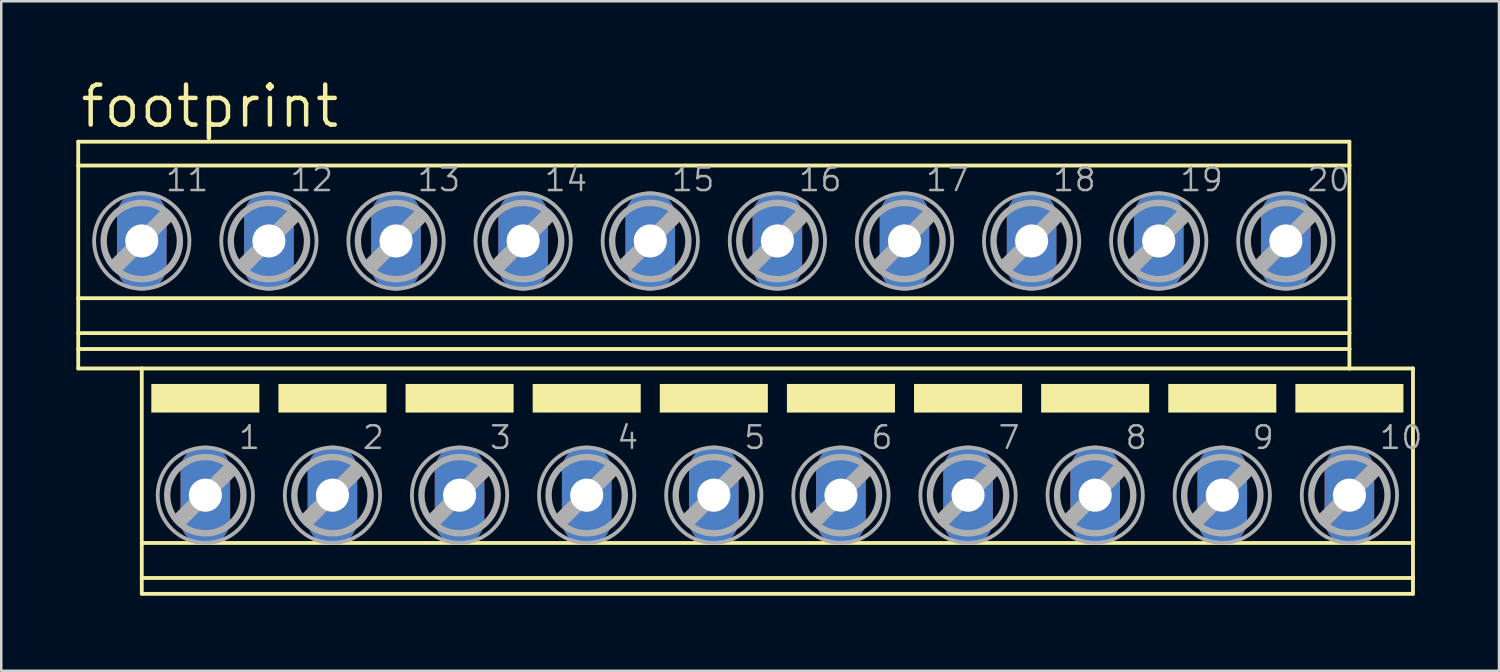
<source format=kicad_pcb>
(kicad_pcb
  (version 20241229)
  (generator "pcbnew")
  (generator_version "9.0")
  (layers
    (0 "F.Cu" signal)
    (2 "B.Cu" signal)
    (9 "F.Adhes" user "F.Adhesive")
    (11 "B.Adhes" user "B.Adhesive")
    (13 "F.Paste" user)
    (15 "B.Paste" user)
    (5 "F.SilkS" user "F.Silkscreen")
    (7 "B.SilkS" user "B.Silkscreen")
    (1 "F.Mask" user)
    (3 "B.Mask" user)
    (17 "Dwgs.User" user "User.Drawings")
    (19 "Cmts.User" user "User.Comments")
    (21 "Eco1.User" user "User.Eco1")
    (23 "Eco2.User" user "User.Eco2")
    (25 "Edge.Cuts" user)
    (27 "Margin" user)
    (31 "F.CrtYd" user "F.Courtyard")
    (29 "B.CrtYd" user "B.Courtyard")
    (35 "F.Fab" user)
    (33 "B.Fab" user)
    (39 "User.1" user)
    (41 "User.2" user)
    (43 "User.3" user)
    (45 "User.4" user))
  (footprint "footprint"
    (layer "F.Cu")
    (at 26.746 11.659)
    (property "Reference" "footprint" (at -26.67 -9.525 0) (layer "F.SilkS") (effects (font (size 1.6 1.6) (thickness 0.178)) (justify left bottom)))
    (fp_line (start -26.67 -9.047) (end -26.67 -8.094) (stroke (width 0.152) (type solid)) (layer "F.SilkS"))
    (fp_line (start -26.67 -9.047) (end 24.13 -9.047) (stroke (width 0.152) (type solid)) (layer "F.SilkS"))
    (fp_line (start -26.67 -8.094) (end -26.67 -2.794) (stroke (width 0.152) (type solid)) (layer "F.SilkS"))
    (fp_line (start -26.67 -8.094) (end 24.13 -8.094) (stroke (width 0.152) (type solid)) (layer "F.SilkS"))
    (fp_line (start -26.67 -2.794) (end -26.67 -1.397) (stroke (width 0.152) (type solid)) (layer "F.SilkS"))
    (fp_line (start -26.67 -2.794) (end 24.13 -2.794) (stroke (width 0.152) (type solid)) (layer "F.SilkS"))
    (fp_line (start -26.67 -1.397) (end -26.67 -0.762) (stroke (width 0.152) (type solid)) (layer "F.SilkS"))
    (fp_line (start -26.67 -1.397) (end 24.13 -1.397) (stroke (width 0.152) (type solid)) (layer "F.SilkS"))
    (fp_line (start -26.67 -0.762) (end -26.67 0.016) (stroke (width 0.152) (type solid)) (layer "F.SilkS"))
    (fp_line (start -26.67 -0.762) (end 24.13 -0.762) (stroke (width 0.152) (type solid)) (layer "F.SilkS"))
    (fp_line (start -26.67 0.016) (end -24.13 0.016) (stroke (width 0.152) (type solid)) (layer "F.SilkS"))
    (fp_line (start -24.13 0.016) (end -24.13 6.99) (stroke (width 0.152) (type solid)) (layer "F.SilkS"))
    (fp_line (start -24.13 0.016) (end 24.13 0.016) (stroke (width 0.152) (type solid)) (layer "F.SilkS"))
    (fp_line (start -24.13 6.99) (end -24.13 8.387) (stroke (width 0.152) (type solid)) (layer "F.SilkS"))
    (fp_line (start -24.13 6.99) (end 26.67 6.99) (stroke (width 0.152) (type solid)) (layer "F.SilkS"))
    (fp_line (start -24.13 8.387) (end -24.13 9.022) (stroke (width 0.152) (type solid)) (layer "F.SilkS"))
    (fp_line (start -24.13 8.387) (end 26.67 8.387) (stroke (width 0.152) (type solid)) (layer "F.SilkS"))
    (fp_line (start -24.13 9.022) (end 26.67 9.022) (stroke (width 0.152) (type solid)) (layer "F.SilkS"))
    (fp_line (start 24.13 -9.047) (end 24.13 -8.094) (stroke (width 0.152) (type solid)) (layer "F.SilkS"))
    (fp_line (start 24.13 -8.094) (end 24.13 -2.794) (stroke (width 0.152) (type solid)) (layer "F.SilkS"))
    (fp_line (start 24.13 -2.794) (end 24.13 -1.397) (stroke (width 0.152) (type solid)) (layer "F.SilkS"))
    (fp_line (start 24.13 -1.397) (end 24.13 -0.762) (stroke (width 0.152) (type solid)) (layer "F.SilkS"))
    (fp_line (start 24.13 -0.762) (end 24.13 0.016) (stroke (width 0.152) (type solid)) (layer "F.SilkS"))
    (fp_line (start 26.67 0.016) (end 24.13 0.016) (stroke (width 0.152) (type solid)) (layer "F.SilkS"))
    (fp_line (start 26.67 0.016) (end 26.67 6.99) (stroke (width 0.152) (type solid)) (layer "F.SilkS"))
    (fp_line (start 26.67 6.99) (end 26.67 8.387) (stroke (width 0.152) (type solid)) (layer "F.SilkS"))
    (fp_line (start 26.67 8.387) (end 26.67 9.022) (stroke (width 0.152) (type solid)) (layer "F.SilkS"))
    (fp_poly (pts (xy -23.749 1.778) (xy -19.431 1.778) (xy -19.431 0.635) (xy -23.749 0.635)) (stroke (width 0) (type solid)) (fill yes) (layer "F.SilkS"))
    (fp_poly (pts (xy -18.669 1.778) (xy -14.351 1.778) (xy -14.351 0.635) (xy -18.669 0.635)) (stroke (width 0) (type solid)) (fill yes) (layer "F.SilkS"))
    (fp_poly (pts (xy -13.589 1.778) (xy -9.271 1.778) (xy -9.271 0.635) (xy -13.589 0.635)) (stroke (width 0) (type solid)) (fill yes) (layer "F.SilkS"))
    (fp_poly (pts (xy -8.509 1.778) (xy -4.191 1.778) (xy -4.191 0.635) (xy -8.509 0.635)) (stroke (width 0) (type solid)) (fill yes) (layer "F.SilkS"))
    (fp_poly (pts (xy -3.429 1.778) (xy 0.889 1.778) (xy 0.889 0.635) (xy -3.429 0.635)) (stroke (width 0) (type solid)) (fill yes) (layer "F.SilkS"))
    (fp_poly (pts (xy 1.651 1.778) (xy 5.969 1.778) (xy 5.969 0.635) (xy 1.651 0.635)) (stroke (width 0) (type solid)) (fill yes) (layer "F.SilkS"))
    (fp_poly (pts (xy 6.731 1.778) (xy 11.049 1.778) (xy 11.049 0.635) (xy 6.731 0.635)) (stroke (width 0) (type solid)) (fill yes) (layer "F.SilkS"))
    (fp_poly (pts (xy 11.811 1.778) (xy 16.129 1.778) (xy 16.129 0.635) (xy 11.811 0.635)) (stroke (width 0) (type solid)) (fill yes) (layer "F.SilkS"))
    (fp_poly (pts (xy 16.891 1.778) (xy 21.209 1.778) (xy 21.209 0.635) (xy 16.891 0.635)) (stroke (width 0) (type solid)) (fill yes) (layer "F.SilkS"))
    (fp_poly (pts (xy 21.971 1.778) (xy 26.289 1.778) (xy 26.289 0.635) (xy 21.971 0.635)) (stroke (width 0) (type solid)) (fill yes) (layer "F.SilkS"))
    (fp_line (start -25.07 -4.163) (end -23.216 -6.017) (stroke (width 0.61) (type solid)) (layer "F.Fab"))
    (fp_line (start -22.53 5.994) (end -20.676 4.14) (stroke (width 0.61) (type solid)) (layer "F.Fab"))
    (fp_line (start -19.99 -4.163) (end -18.136 -6.017) (stroke (width 0.61) (type solid)) (layer "F.Fab"))
    (fp_line (start -17.45 5.994) (end -15.596 4.14) (stroke (width 0.61) (type solid)) (layer "F.Fab"))
    (fp_line (start -14.91 -4.163) (end -13.056 -6.017) (stroke (width 0.61) (type solid)) (layer "F.Fab"))
    (fp_line (start -12.37 5.994) (end -10.516 4.14) (stroke (width 0.61) (type solid)) (layer "F.Fab"))
    (fp_line (start -9.83 -4.163) (end -7.976 -6.017) (stroke (width 0.61) (type solid)) (layer "F.Fab"))
    (fp_line (start -7.29 5.994) (end -5.436 4.14) (stroke (width 0.61) (type solid)) (layer "F.Fab"))
    (fp_line (start -4.75 -4.163) (end -2.896 -6.017) (stroke (width 0.61) (type solid)) (layer "F.Fab"))
    (fp_line (start -2.21 5.994) (end -0.356 4.14) (stroke (width 0.61) (type solid)) (layer "F.Fab"))
    (fp_line (start 0.33 -4.163) (end 2.184 -6.017) (stroke (width 0.61) (type solid)) (layer "F.Fab"))
    (fp_line (start 2.87 5.994) (end 4.724 4.14) (stroke (width 0.61) (type solid)) (layer "F.Fab"))
    (fp_line (start 5.41 -4.163) (end 7.264 -6.017) (stroke (width 0.61) (type solid)) (layer "F.Fab"))
    (fp_line (start 7.95 5.994) (end 9.804 4.14) (stroke (width 0.61) (type solid)) (layer "F.Fab"))
    (fp_line (start 10.49 -4.163) (end 12.344 -6.017) (stroke (width 0.61) (type solid)) (layer "F.Fab"))
    (fp_line (start 13.03 5.994) (end 14.884 4.14) (stroke (width 0.61) (type solid)) (layer "F.Fab"))
    (fp_line (start 15.57 -4.163) (end 17.424 -6.017) (stroke (width 0.61) (type solid)) (layer "F.Fab"))
    (fp_line (start 18.11 5.994) (end 19.964 4.14) (stroke (width 0.61) (type solid)) (layer "F.Fab"))
    (fp_line (start 20.65 -4.163) (end 22.504 -6.017) (stroke (width 0.61) (type solid)) (layer "F.Fab"))
    (fp_line (start 23.19 5.994) (end 25.044 4.14) (stroke (width 0.61) (type solid)) (layer "F.Fab"))
    (fp_circle (center -24.13 -5.077) (end -22.606 -5.077) (stroke (width 0.254) (type solid)) (fill no) (layer "F.Fab"))
    (fp_circle (center -24.13 -5.077) (end -22.225 -5.077) (stroke (width 0.152) (type solid)) (fill no) (layer "F.Fab"))
    (fp_circle (center -21.59 5.08) (end -20.066 5.08) (stroke (width 0.254) (type solid)) (fill no) (layer "F.Fab"))
    (fp_circle (center -21.59 5.08) (end -19.685 5.08) (stroke (width 0.152) (type solid)) (fill no) (layer "F.Fab"))
    (fp_circle (center -19.05 -5.077) (end -17.526 -5.077) (stroke (width 0.254) (type solid)) (fill no) (layer "F.Fab"))
    (fp_circle (center -19.05 -5.077) (end -17.145 -5.077) (stroke (width 0.152) (type solid)) (fill no) (layer "F.Fab"))
    (fp_circle (center -16.51 5.08) (end -14.986 5.08) (stroke (width 0.254) (type solid)) (fill no) (layer "F.Fab"))
    (fp_circle (center -16.51 5.08) (end -14.605 5.08) (stroke (width 0.152) (type solid)) (fill no) (layer "F.Fab"))
    (fp_circle (center -13.97 -5.077) (end -12.446 -5.077) (stroke (width 0.254) (type solid)) (fill no) (layer "F.Fab"))
    (fp_circle (center -13.97 -5.077) (end -12.065 -5.077) (stroke (width 0.152) (type solid)) (fill no) (layer "F.Fab"))
    (fp_circle (center -11.43 5.08) (end -9.906 5.08) (stroke (width 0.254) (type solid)) (fill no) (layer "F.Fab"))
    (fp_circle (center -11.43 5.08) (end -9.525 5.08) (stroke (width 0.152) (type solid)) (fill no) (layer "F.Fab"))
    (fp_circle (center -8.89 -5.077) (end -7.366 -5.077) (stroke (width 0.254) (type solid)) (fill no) (layer "F.Fab"))
    (fp_circle (center -8.89 -5.077) (end -6.985 -5.077) (stroke (width 0.152) (type solid)) (fill no) (layer "F.Fab"))
    (fp_circle (center -6.35 5.08) (end -4.826 5.08) (stroke (width 0.254) (type solid)) (fill no) (layer "F.Fab"))
    (fp_circle (center -6.35 5.08) (end -4.445 5.08) (stroke (width 0.152) (type solid)) (fill no) (layer "F.Fab"))
    (fp_circle (center -3.81 -5.077) (end -2.286 -5.077) (stroke (width 0.254) (type solid)) (fill no) (layer "F.Fab"))
    (fp_circle (center -3.81 -5.077) (end -1.905 -5.077) (stroke (width 0.152) (type solid)) (fill no) (layer "F.Fab"))
    (fp_circle (center -1.27 5.08) (end 0.254 5.08) (stroke (width 0.254) (type solid)) (fill no) (layer "F.Fab"))
    (fp_circle (center -1.27 5.08) (end 0.635 5.08) (stroke (width 0.152) (type solid)) (fill no) (layer "F.Fab"))
    (fp_circle (center 1.27 -5.077) (end 2.794 -5.077) (stroke (width 0.254) (type solid)) (fill no) (layer "F.Fab"))
    (fp_circle (center 1.27 -5.077) (end 3.175 -5.077) (stroke (width 0.152) (type solid)) (fill no) (layer "F.Fab"))
    (fp_circle (center 3.81 5.08) (end 5.334 5.08) (stroke (width 0.254) (type solid)) (fill no) (layer "F.Fab"))
    (fp_circle (center 3.81 5.08) (end 5.715 5.08) (stroke (width 0.152) (type solid)) (fill no) (layer "F.Fab"))
    (fp_circle (center 6.35 -5.077) (end 7.874 -5.077) (stroke (width 0.254) (type solid)) (fill no) (layer "F.Fab"))
    (fp_circle (center 6.35 -5.077) (end 8.255 -5.077) (stroke (width 0.152) (type solid)) (fill no) (layer "F.Fab"))
    (fp_circle (center 8.89 5.08) (end 10.414 5.08) (stroke (width 0.254) (type solid)) (fill no) (layer "F.Fab"))
    (fp_circle (center 8.89 5.08) (end 10.795 5.08) (stroke (width 0.152) (type solid)) (fill no) (layer "F.Fab"))
    (fp_circle (center 11.43 -5.077) (end 12.954 -5.077) (stroke (width 0.254) (type solid)) (fill no) (layer "F.Fab"))
    (fp_circle (center 11.43 -5.077) (end 13.335 -5.077) (stroke (width 0.152) (type solid)) (fill no) (layer "F.Fab"))
    (fp_circle (center 13.97 5.08) (end 15.494 5.08) (stroke (width 0.254) (type solid)) (fill no) (layer "F.Fab"))
    (fp_circle (center 13.97 5.08) (end 15.875 5.08) (stroke (width 0.152) (type solid)) (fill no) (layer "F.Fab"))
    (fp_circle (center 16.51 -5.077) (end 18.034 -5.077) (stroke (width 0.254) (type solid)) (fill no) (layer "F.Fab"))
    (fp_circle (center 16.51 -5.077) (end 18.415 -5.077) (stroke (width 0.152) (type solid)) (fill no) (layer "F.Fab"))
    (fp_circle (center 19.05 5.08) (end 20.574 5.08) (stroke (width 0.254) (type solid)) (fill no) (layer "F.Fab"))
    (fp_circle (center 19.05 5.08) (end 20.955 5.08) (stroke (width 0.152) (type solid)) (fill no) (layer "F.Fab"))
    (fp_circle (center 21.59 -5.077) (end 23.114 -5.077) (stroke (width 0.254) (type solid)) (fill no) (layer "F.Fab"))
    (fp_circle (center 21.59 -5.077) (end 23.495 -5.077) (stroke (width 0.152) (type solid)) (fill no) (layer "F.Fab"))
    (fp_circle (center 24.13 5.08) (end 25.654 5.08) (stroke (width 0.254) (type solid)) (fill no) (layer "F.Fab"))
    (fp_circle (center 24.13 5.08) (end 26.035 5.08) (stroke (width 0.152) (type solid)) (fill no) (layer "F.Fab"))
    (fp_text user "8" (at 15.113 3.302 0) (layer "F.Fab") (effects (font (size 0.9 0.9) (thickness 0.1)) (justify left bottom)))
    (fp_text user "9" (at 20.193 3.302 0) (layer "F.Fab") (effects (font (size 0.9 0.9) (thickness 0.1)) (justify left bottom)))
    (fp_text user "1" (at -20.32 3.302 0) (layer "F.Fab") (effects (font (size 0.9 0.9) (thickness 0.1)) (justify left bottom)))
    (fp_text user "11" (at -23.241 -7.001 0) (layer "F.Fab") (effects (font (size 0.9 0.9) (thickness 0.1)) (justify left bottom)))
    (fp_text user "14" (at -8.101 -7.001 0) (layer "F.Fab") (effects (font (size 0.9 0.9) (thickness 0.1)) (justify left bottom)))
    (fp_text user "4" (at -5.207 3.302 0) (layer "F.Fab") (effects (font (size 0.9 0.9) (thickness 0.1)) (justify left bottom)))
    (fp_text user "17" (at 7.139 -7.001 0) (layer "F.Fab") (effects (font (size 0.9 0.9) (thickness 0.1)) (justify left bottom)))
    (fp_text user "12" (at -18.261 -7.001 0) (layer "F.Fab") (effects (font (size 0.9 0.9) (thickness 0.1)) (justify left bottom)))
    (fp_text user "19" (at 17.299 -7.001 0) (layer "F.Fab") (effects (font (size 0.9 0.9) (thickness 0.1)) (justify left bottom)))
    (fp_text user "13" (at -13.181 -7.001 0) (layer "F.Fab") (effects (font (size 0.9 0.9) (thickness 0.1)) (justify left bottom)))
    (fp_text user "16" (at 2.059 -7.001 0) (layer "F.Fab") (effects (font (size 0.9 0.9) (thickness 0.1)) (justify left bottom)))
    (fp_text user "2" (at -15.367 3.302 0) (layer "F.Fab") (effects (font (size 0.9 0.9) (thickness 0.1)) (justify left bottom)))
    (fp_text user "3" (at -10.287 3.302 0) (layer "F.Fab") (effects (font (size 0.9 0.9) (thickness 0.1)) (justify left bottom)))
    (fp_text user "6" (at 4.953 3.302 0) (layer "F.Fab") (effects (font (size 0.9 0.9) (thickness 0.1)) (justify left bottom)))
    (fp_text user "10" (at 25.273 3.302 0) (layer "F.Fab") (effects (font (size 0.9 0.9) (thickness 0.1)) (justify left bottom)))
    (fp_text user "20" (at 22.379 -7.001 0) (layer "F.Fab") (effects (font (size 0.9 0.9) (thickness 0.1)) (justify left bottom)))
    (fp_text user "5" (at -0.127 3.302 0) (layer "F.Fab") (effects (font (size 0.9 0.9) (thickness 0.1)) (justify left bottom)))
    (fp_text user "18" (at 12.219 -7.001 0) (layer "F.Fab") (effects (font (size 0.9 0.9) (thickness 0.1)) (justify left bottom)))
    (fp_text user "15" (at -3.021 -7.001 0) (layer "F.Fab") (effects (font (size 0.9 0.9) (thickness 0.1)) (justify left bottom)))
    (fp_text user "7" (at 10.033 3.302 0) (layer "F.Fab") (effects (font (size 0.9 0.9) (thickness 0.1)) (justify left bottom)))
    (pad "1" thru_hole oval (at -21.59 5.08 90) (size 3.962 1.981) (drill 1.321) (layers "*.Cu" "*.Mask"))
    (pad "2" thru_hole oval (at -16.51 5.08 90) (size 3.962 1.981) (drill 1.321) (layers "*.Cu" "*.Mask"))
    (pad "3" thru_hole oval (at -11.43 5.08 90) (size 3.962 1.981) (drill 1.321) (layers "*.Cu" "*.Mask"))
    (pad "4" thru_hole oval (at -6.35 5.08 90) (size 3.962 1.981) (drill 1.321) (layers "*.Cu" "*.Mask"))
    (pad "5" thru_hole oval (at -1.27 5.08 90) (size 3.962 1.981) (drill 1.321) (layers "*.Cu" "*.Mask"))
    (pad "6" thru_hole oval (at 3.81 5.08 90) (size 3.962 1.981) (drill 1.321) (layers "*.Cu" "*.Mask"))
    (pad "7" thru_hole oval (at 8.89 5.08 90) (size 3.962 1.981) (drill 1.321) (layers "*.Cu" "*.Mask"))
    (pad "8" thru_hole oval (at 13.97 5.08 90) (size 3.962 1.981) (drill 1.321) (layers "*.Cu" "*.Mask"))
    (pad "9" thru_hole oval (at 19.05 5.08 90) (size 3.962 1.981) (drill 1.321) (layers "*.Cu" "*.Mask"))
    (pad "10" thru_hole oval (at 24.13 5.08 90) (size 3.962 1.981) (drill 1.321) (layers "*.Cu" "*.Mask"))
    (pad "11" thru_hole oval (at -24.13 -5.08 90) (size 3.962 1.981) (drill 1.321) (layers "*.Cu" "*.Mask"))
    (pad "12" thru_hole oval (at -19.05 -5.08 90) (size 3.962 1.981) (drill 1.321) (layers "*.Cu" "*.Mask"))
    (pad "13" thru_hole oval (at -13.97 -5.08 90) (size 3.962 1.981) (drill 1.321) (layers "*.Cu" "*.Mask"))
    (pad "14" thru_hole oval (at -8.89 -5.08 90) (size 3.962 1.981) (drill 1.321) (layers "*.Cu" "*.Mask"))
    (pad "15" thru_hole oval (at -3.81 -5.08 90) (size 3.962 1.981) (drill 1.321) (layers "*.Cu" "*.Mask"))
    (pad "16" thru_hole oval (at 1.27 -5.08 90) (size 3.962 1.981) (drill 1.321) (layers "*.Cu" "*.Mask"))
    (pad "17" thru_hole oval (at 6.35 -5.08 90) (size 3.962 1.981) (drill 1.321) (layers "*.Cu" "*.Mask"))
    (pad "18" thru_hole oval (at 11.43 -5.08 90) (size 3.962 1.981) (drill 1.321) (layers "*.Cu" "*.Mask"))
    (pad "19" thru_hole oval (at 16.51 -5.08 90) (size 3.962 1.981) (drill 1.321) (layers "*.Cu" "*.Mask"))
    (pad "20" thru_hole oval (at 21.59 -5.08 90) (size 3.962 1.981) (drill 1.321) (layers "*.Cu" "*.Mask")))
  (gr_rect
    (start -3 -3)
    (end 56.853 23.757)
    (stroke (width 0.1) (type default))
    (fill no)
    (layer "Edge.Cuts")))
</source>
